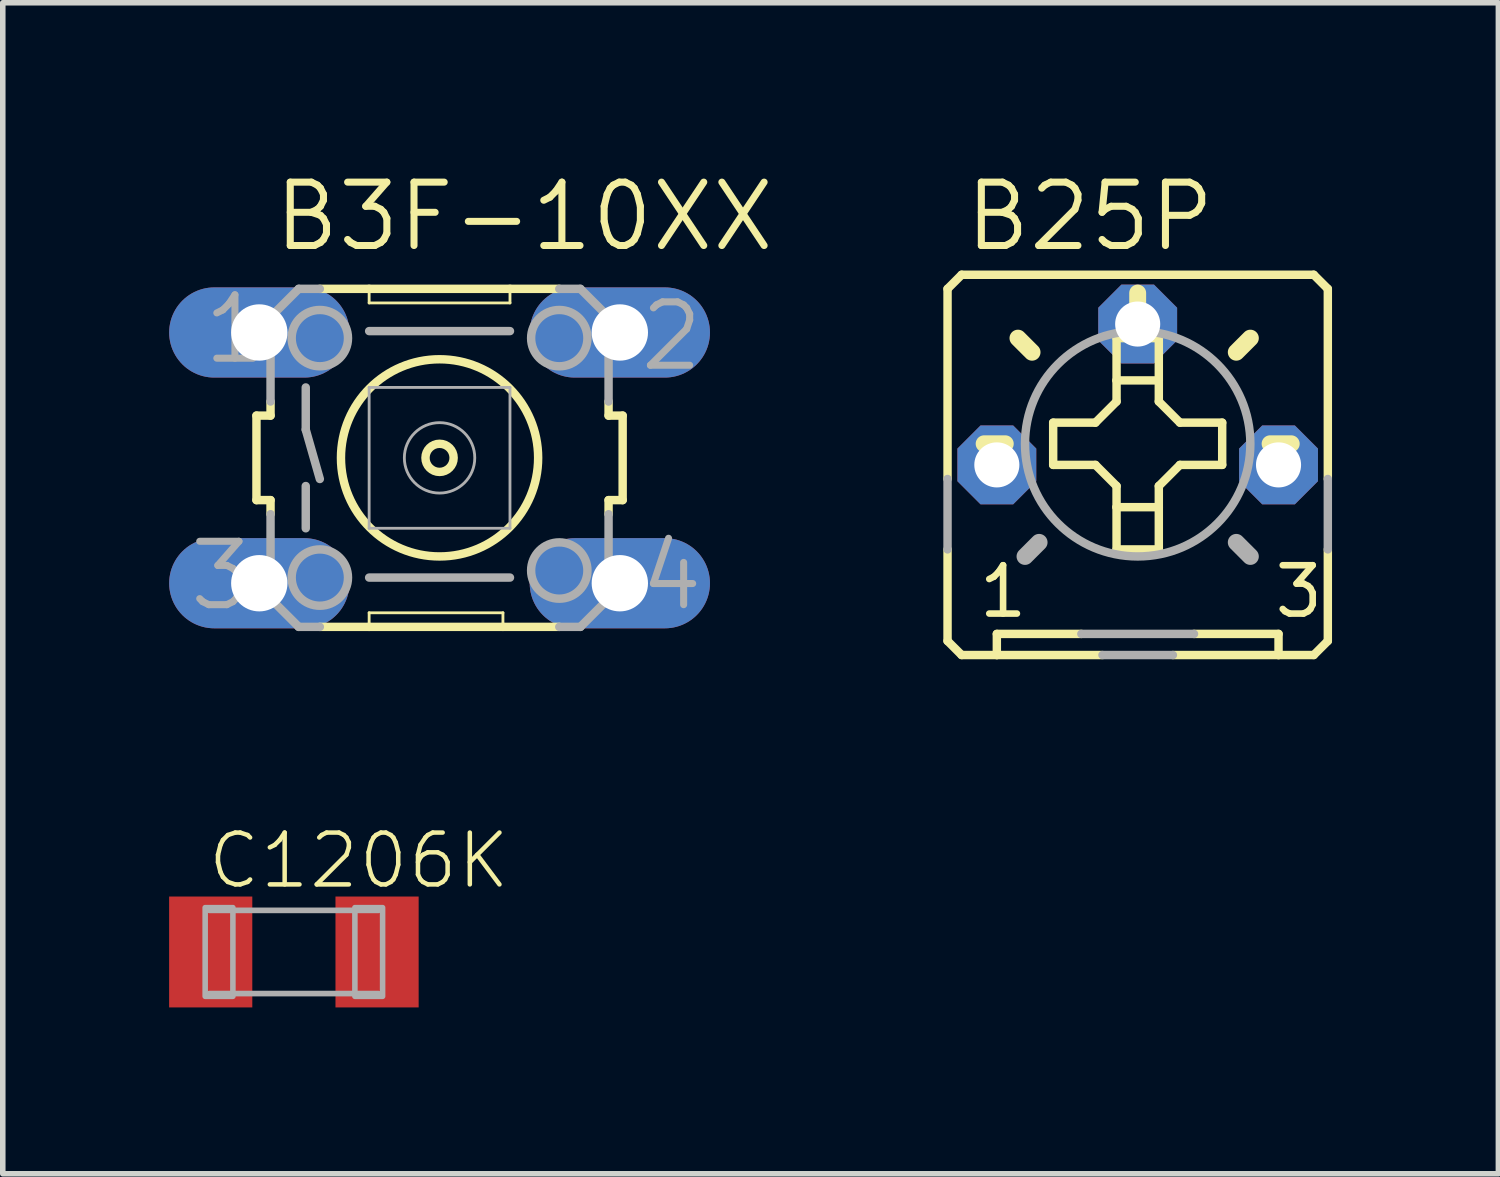
<source format=kicad_pcb>
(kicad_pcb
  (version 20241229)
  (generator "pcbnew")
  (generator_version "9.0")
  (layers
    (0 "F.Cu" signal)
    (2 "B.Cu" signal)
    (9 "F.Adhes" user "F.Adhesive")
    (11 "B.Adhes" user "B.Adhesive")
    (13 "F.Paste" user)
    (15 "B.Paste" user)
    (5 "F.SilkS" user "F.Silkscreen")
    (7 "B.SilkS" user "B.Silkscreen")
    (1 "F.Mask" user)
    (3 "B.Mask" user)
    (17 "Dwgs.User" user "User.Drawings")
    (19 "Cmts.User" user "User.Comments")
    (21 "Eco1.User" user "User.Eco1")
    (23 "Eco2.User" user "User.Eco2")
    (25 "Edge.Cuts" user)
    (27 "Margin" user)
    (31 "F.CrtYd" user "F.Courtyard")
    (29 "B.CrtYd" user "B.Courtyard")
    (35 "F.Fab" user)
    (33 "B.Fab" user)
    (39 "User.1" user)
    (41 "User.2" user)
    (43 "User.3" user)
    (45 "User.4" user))
  (footprint "B3F-10XX"
    (layer "F.Cu")
    (at 4.877 5.207)
    (property "Reference" "B3F-10XX" (at -3.048 -3.683 0) (layer "F.SilkS") (effects (font (size 1.143 1.143) (thickness 0.127)) (justify left bottom)))
    (fp_line (start -3.302 -0.762) (end -3.302 0.762) (stroke (width 0.152) (type solid)) (layer "F.SilkS"))
    (fp_line (start -3.302 -0.762) (end -3.048 -0.762) (stroke (width 0.152) (type solid)) (layer "F.SilkS"))
    (fp_line (start -3.048 -0.762) (end -3.048 -1.016) (stroke (width 0.152) (type solid)) (layer "F.SilkS"))
    (fp_line (start -3.048 0.762) (end -3.302 0.762) (stroke (width 0.152) (type solid)) (layer "F.SilkS"))
    (fp_line (start -3.048 0.762) (end -3.048 1.016) (stroke (width 0.152) (type solid)) (layer "F.SilkS"))
    (fp_line (start -2.159 3.048) (end -1.27 3.048) (stroke (width 0.152) (type solid)) (layer "F.SilkS"))
    (fp_line (start -1.27 -3.048) (end -2.159 -3.048) (stroke (width 0.152) (type solid)) (layer "F.SilkS"))
    (fp_line (start -1.27 -3.048) (end -1.27 -2.794) (stroke (width 0.051) (type solid)) (layer "F.SilkS"))
    (fp_line (start -1.27 2.794) (end -1.27 3.048) (stroke (width 0.051) (type solid)) (layer "F.SilkS"))
    (fp_line (start -1.27 3.048) (end 1.143 3.048) (stroke (width 0.152) (type solid)) (layer "F.SilkS"))
    (fp_line (start 1.143 2.794) (end -1.27 2.794) (stroke (width 0.051) (type solid)) (layer "F.SilkS"))
    (fp_line (start 1.143 2.794) (end 1.143 3.048) (stroke (width 0.051) (type solid)) (layer "F.SilkS"))
    (fp_line (start 1.143 3.048) (end 2.159 3.048) (stroke (width 0.152) (type solid)) (layer "F.SilkS"))
    (fp_line (start 1.27 -3.048) (end -1.27 -3.048) (stroke (width 0.152) (type solid)) (layer "F.SilkS"))
    (fp_line (start 1.27 -2.794) (end -1.27 -2.794) (stroke (width 0.051) (type solid)) (layer "F.SilkS"))
    (fp_line (start 1.27 -2.794) (end 1.27 -3.048) (stroke (width 0.051) (type solid)) (layer "F.SilkS"))
    (fp_line (start 2.159 -3.048) (end 1.27 -3.048) (stroke (width 0.152) (type solid)) (layer "F.SilkS"))
    (fp_line (start 3.048 -0.762) (end 3.048 -1.016) (stroke (width 0.152) (type solid)) (layer "F.SilkS"))
    (fp_line (start 3.048 -0.762) (end 3.302 -0.762) (stroke (width 0.152) (type solid)) (layer "F.SilkS"))
    (fp_line (start 3.048 0.762) (end 3.048 1.016) (stroke (width 0.152) (type solid)) (layer "F.SilkS"))
    (fp_line (start 3.302 0.762) (end 3.048 0.762) (stroke (width 0.152) (type solid)) (layer "F.SilkS"))
    (fp_line (start 3.302 0.762) (end 3.302 -0.762) (stroke (width 0.152) (type solid)) (layer "F.SilkS"))
    (fp_circle (center 0 0) (end 0.254 0) (stroke (width 0.152) (type solid)) (fill no) (layer "F.SilkS"))
    (fp_circle (center 0 0) (end 1.778 0) (stroke (width 0.152) (type solid)) (fill no) (layer "F.SilkS"))
    (fp_line (start -3.048 -2.54) (end -3.048 -1.016) (stroke (width 0.152) (type solid)) (layer "F.Fab"))
    (fp_line (start -3.048 2.54) (end -3.048 1.016) (stroke (width 0.152) (type solid)) (layer "F.Fab"))
    (fp_line (start -2.54 -3.048) (end -3.048 -2.54) (stroke (width 0.152) (type solid)) (layer "F.Fab"))
    (fp_line (start -2.54 -3.048) (end -2.159 -3.048) (stroke (width 0.152) (type solid)) (layer "F.Fab"))
    (fp_line (start -2.54 3.048) (end -3.048 2.54) (stroke (width 0.152) (type solid)) (layer "F.Fab"))
    (fp_line (start -2.54 3.048) (end -2.159 3.048) (stroke (width 0.152) (type solid)) (layer "F.Fab"))
    (fp_line (start -2.413 -1.27) (end -2.413 -0.508) (stroke (width 0.152) (type solid)) (layer "F.Fab"))
    (fp_line (start -2.413 -0.508) (end -2.159 0.381) (stroke (width 0.152) (type solid)) (layer "F.Fab"))
    (fp_line (start -2.413 0.508) (end -2.413 1.27) (stroke (width 0.152) (type solid)) (layer "F.Fab"))
    (fp_line (start -1.27 -1.27) (end -1.27 1.27) (stroke (width 0.051) (type solid)) (layer "F.Fab"))
    (fp_line (start -1.27 -1.27) (end 1.27 -1.27) (stroke (width 0.051) (type solid)) (layer "F.Fab"))
    (fp_line (start -1.27 2.159) (end 1.27 2.159) (stroke (width 0.152) (type solid)) (layer "F.Fab"))
    (fp_line (start 1.27 -2.286) (end -1.27 -2.286) (stroke (width 0.152) (type solid)) (layer "F.Fab"))
    (fp_line (start 1.27 1.27) (end -1.27 1.27) (stroke (width 0.051) (type solid)) (layer "F.Fab"))
    (fp_line (start 1.27 1.27) (end 1.27 -1.27) (stroke (width 0.051) (type solid)) (layer "F.Fab"))
    (fp_line (start 2.54 -3.048) (end 2.159 -3.048) (stroke (width 0.152) (type solid)) (layer "F.Fab"))
    (fp_line (start 2.54 3.048) (end 2.159 3.048) (stroke (width 0.152) (type solid)) (layer "F.Fab"))
    (fp_line (start 2.54 3.048) (end 3.048 2.54) (stroke (width 0.152) (type solid)) (layer "F.Fab"))
    (fp_line (start 3.048 -2.54) (end 2.54 -3.048) (stroke (width 0.152) (type solid)) (layer "F.Fab"))
    (fp_line (start 3.048 -1.016) (end 3.048 -2.54) (stroke (width 0.152) (type solid)) (layer "F.Fab"))
    (fp_line (start 3.048 2.54) (end 3.048 1.016) (stroke (width 0.152) (type solid)) (layer "F.Fab"))
    (fp_circle (center -2.159 -2.159) (end -1.651 -2.159) (stroke (width 0.152) (type solid)) (fill no) (layer "F.Fab"))
    (fp_circle (center -2.159 2.159) (end -1.651 2.159) (stroke (width 0.152) (type solid)) (fill no) (layer "F.Fab"))
    (fp_circle (center 0 0) (end 0.635 0) (stroke (width 0.051) (type solid)) (fill no) (layer "F.Fab"))
    (fp_circle (center 2.159 -2.159) (end 2.667 -2.159) (stroke (width 0.152) (type solid)) (fill no) (layer "F.Fab"))
    (fp_circle (center 2.159 2.032) (end 2.667 2.032) (stroke (width 0.152) (type solid)) (fill no) (layer "F.Fab"))
    (fp_text user "1" (at -4.318 -1.651 0) (layer "F.Fab") (effects (font (size 1.143 1.143) (thickness 0.127)) (justify left bottom)))
    (fp_text user "2" (at 3.556 -1.524 0) (layer "F.Fab") (effects (font (size 1.143 1.143) (thickness 0.127)) (justify left bottom)))
    (fp_text user "4" (at 3.556 2.794 0) (layer "F.Fab") (effects (font (size 1.143 1.143) (thickness 0.127)) (justify left bottom)))
    (fp_text user "3" (at -4.572 2.794 0) (layer "F.Fab") (effects (font (size 1.143 1.143) (thickness 0.127)) (justify left bottom)))
    (pad "1" thru_hole oval (at -3.251 -2.261) (size 3.251 1.626) (drill 1.016) (layers "*.Cu" "*.Mask"))
    (pad "2" thru_hole oval (at 3.251 -2.261) (size 3.251 1.626) (drill 1.016) (layers "*.Cu" "*.Mask"))
    (pad "3" thru_hole oval (at -3.251 2.261) (size 3.251 1.626) (drill 1.016) (layers "*.Cu" "*.Mask"))
    (pad "4" thru_hole oval (at 3.251 2.261) (size 3.251 1.626) (drill 1.016) (layers "*.Cu" "*.Mask")))
  (footprint "C1206K"
    (layer "F.Cu")
    (at 2.25 14.118)
    (property "Reference" "C1206K" (at -1.6 -1.1 0) (layer "F.SilkS") (effects (font (size 0.935 0.935) (thickness 0.081)) (justify left bottom)))
    (fp_line (start -1.525 -0.75) (end 1.525 -0.75) (stroke (width 0.102) (type solid)) (layer "F.Fab"))
    (fp_line (start 1.525 0.75) (end -1.525 0.75) (stroke (width 0.102) (type solid)) (layer "F.Fab"))
    (fp_poly (pts (xy -1.6 0.8) (xy -1.1 0.8) (xy -1.1 -0.8) (xy -1.6 -0.8)) (stroke (width 0.1) (type default)) (fill no) (layer "F.Fab"))
    (fp_poly (pts (xy 1.1 0.8) (xy 1.6 0.8) (xy 1.6 -0.8) (xy 1.1 -0.8)) (stroke (width 0.1) (type default)) (fill no) (layer "F.Fab"))
    (pad "1" smd rect (at -1.5 0) (size 1.5 2) (layers "F.Cu" "F.Mask" "F.Paste"))
    (pad "2" smd rect (at 1.5 0) (size 1.5 2) (layers "F.Cu" "F.Mask" "F.Paste")))
  (footprint "B25P"
    (layer "F.Cu")
    (at 17.467 5.334)
    (property "Reference" "B25P" (at -3.175 -3.81 0) (layer "F.SilkS") (effects (font (size 1.143 1.143) (thickness 0.127)) (justify left bottom)))
    (fp_line (start -3.429 -3.175) (end -3.429 0.254) (stroke (width 0.152) (type solid)) (layer "F.SilkS"))
    (fp_line (start -3.429 1.524) (end -3.429 3.175) (stroke (width 0.152) (type solid)) (layer "F.SilkS"))
    (fp_line (start -3.175 -3.429) (end -3.429 -3.175) (stroke (width 0.152) (type solid)) (layer "F.SilkS"))
    (fp_line (start -3.175 3.429) (end -3.429 3.175) (stroke (width 0.152) (type solid)) (layer "F.SilkS"))
    (fp_line (start -3.175 3.429) (end -2.54 3.429) (stroke (width 0.152) (type solid)) (layer "F.SilkS"))
    (fp_line (start -2.54 3.048) (end -2.54 3.429) (stroke (width 0.152) (type solid)) (layer "F.SilkS"))
    (fp_line (start -2.54 3.048) (end -1.016 3.048) (stroke (width 0.152) (type solid)) (layer "F.SilkS"))
    (fp_line (start -2.54 3.429) (end -0.635 3.429) (stroke (width 0.152) (type solid)) (layer "F.SilkS"))
    (fp_line (start -2.388 -0.381) (end -2.769 -0.381) (stroke (width 0.305) (type solid)) (layer "F.SilkS"))
    (fp_line (start -1.905 -2.032) (end -2.159 -2.286) (stroke (width 0.305) (type solid)) (layer "F.SilkS"))
    (fp_line (start -1.524 -0.762) (end -1.524 0) (stroke (width 0.152) (type solid)) (layer "F.SilkS"))
    (fp_line (start -1.524 0) (end -0.762 0) (stroke (width 0.152) (type solid)) (layer "F.SilkS"))
    (fp_line (start -0.762 -0.762) (end -1.524 -0.762) (stroke (width 0.152) (type solid)) (layer "F.SilkS"))
    (fp_line (start -0.381 -2.286) (end -0.381 -1.524) (stroke (width 0.152) (type solid)) (layer "F.SilkS"))
    (fp_line (start -0.381 -1.524) (end -0.381 -1.143) (stroke (width 0.152) (type solid)) (layer "F.SilkS"))
    (fp_line (start -0.381 -1.143) (end -0.762 -0.762) (stroke (width 0.152) (type solid)) (layer "F.SilkS"))
    (fp_line (start -0.381 0.381) (end -0.762 0) (stroke (width 0.152) (type solid)) (layer "F.SilkS"))
    (fp_line (start -0.381 0.381) (end -0.381 0.762) (stroke (width 0.152) (type solid)) (layer "F.SilkS"))
    (fp_line (start -0.381 0.762) (end -0.381 1.524) (stroke (width 0.152) (type solid)) (layer "F.SilkS"))
    (fp_line (start -0.381 1.524) (end 0.381 1.524) (stroke (width 0.152) (type solid)) (layer "F.SilkS"))
    (fp_line (start 0 -2.718) (end 0 -3.099) (stroke (width 0.305) (type solid)) (layer "F.SilkS"))
    (fp_line (start 0.381 -2.286) (end -0.381 -2.286) (stroke (width 0.152) (type solid)) (layer "F.SilkS"))
    (fp_line (start 0.381 -1.524) (end -0.381 -1.524) (stroke (width 0.152) (type solid)) (layer "F.SilkS"))
    (fp_line (start 0.381 -1.524) (end 0.381 -2.286) (stroke (width 0.152) (type solid)) (layer "F.SilkS"))
    (fp_line (start 0.381 -1.143) (end 0.381 -1.524) (stroke (width 0.152) (type solid)) (layer "F.SilkS"))
    (fp_line (start 0.381 0.381) (end 0.762 0) (stroke (width 0.152) (type solid)) (layer "F.SilkS"))
    (fp_line (start 0.381 0.762) (end -0.381 0.762) (stroke (width 0.152) (type solid)) (layer "F.SilkS"))
    (fp_line (start 0.381 0.762) (end 0.381 0.381) (stroke (width 0.152) (type solid)) (layer "F.SilkS"))
    (fp_line (start 0.381 1.524) (end 0.381 0.762) (stroke (width 0.152) (type solid)) (layer "F.SilkS"))
    (fp_line (start 0.635 3.429) (end 2.54 3.429) (stroke (width 0.152) (type solid)) (layer "F.SilkS"))
    (fp_line (start 0.762 -0.762) (end 0.381 -1.143) (stroke (width 0.152) (type solid)) (layer "F.SilkS"))
    (fp_line (start 0.762 0) (end 1.524 0) (stroke (width 0.152) (type solid)) (layer "F.SilkS"))
    (fp_line (start 1.016 3.048) (end 2.54 3.048) (stroke (width 0.152) (type solid)) (layer "F.SilkS"))
    (fp_line (start 1.524 -0.762) (end 0.762 -0.762) (stroke (width 0.152) (type solid)) (layer "F.SilkS"))
    (fp_line (start 1.524 0) (end 1.524 -0.762) (stroke (width 0.152) (type solid)) (layer "F.SilkS"))
    (fp_line (start 1.778 -2.032) (end 2.032 -2.286) (stroke (width 0.305) (type solid)) (layer "F.SilkS"))
    (fp_line (start 2.388 -0.381) (end 2.769 -0.381) (stroke (width 0.305) (type solid)) (layer "F.SilkS"))
    (fp_line (start 2.54 3.429) (end 2.54 3.048) (stroke (width 0.152) (type solid)) (layer "F.SilkS"))
    (fp_line (start 2.54 3.429) (end 3.175 3.429) (stroke (width 0.152) (type solid)) (layer "F.SilkS"))
    (fp_line (start 3.175 -3.429) (end -3.175 -3.429) (stroke (width 0.152) (type solid)) (layer "F.SilkS"))
    (fp_line (start 3.175 -3.429) (end 3.429 -3.175) (stroke (width 0.152) (type solid)) (layer "F.SilkS"))
    (fp_line (start 3.175 3.429) (end 3.429 3.175) (stroke (width 0.152) (type solid)) (layer "F.SilkS"))
    (fp_line (start 3.429 0.254) (end 3.429 -3.175) (stroke (width 0.152) (type solid)) (layer "F.SilkS"))
    (fp_line (start 3.429 3.175) (end 3.429 1.524) (stroke (width 0.152) (type solid)) (layer "F.SilkS"))
    (fp_line (start -3.429 0.254) (end -3.429 1.524) (stroke (width 0.152) (type solid)) (layer "F.Fab"))
    (fp_line (start -1.778 1.397) (end -2.032 1.651) (stroke (width 0.305) (type solid)) (layer "F.Fab"))
    (fp_line (start -1.016 3.048) (end 1.016 3.048) (stroke (width 0.152) (type solid)) (layer "F.Fab"))
    (fp_line (start -0.635 3.429) (end 0.635 3.429) (stroke (width 0.152) (type solid)) (layer "F.Fab"))
    (fp_line (start 1.778 1.397) (end 2.032 1.651) (stroke (width 0.305) (type solid)) (layer "F.Fab"))
    (fp_line (start 3.429 1.524) (end 3.429 0.254) (stroke (width 0.152) (type solid)) (layer "F.Fab"))
    (fp_circle (center 0 -0.381) (end 2.032 -0.381) (stroke (width 0.152) (type solid)) (fill no) (layer "F.Fab"))
    (fp_text user "1" (at -2.921 2.794 0) (layer "F.SilkS") (effects (font (size 0.872 0.872) (thickness 0.119)) (justify left bottom)))
    (fp_text user "3" (at 2.413 2.794 0) (layer "F.SilkS") (effects (font (size 0.872 0.872) (thickness 0.119)) (justify left bottom)))
    (pad "A" thru_hole roundrect (at -2.54 0) (size 1.422 1.422) (drill 0.813) (layers "*.Cu" "*.Mask") (roundrect_rratio 0.25) (chamfer_ratio 0.293) (chamfer top_left top_right bottom_left bottom_right))
    (pad "E" thru_hole roundrect (at 2.54 0) (size 1.422 1.422) (drill 0.813) (layers "*.Cu" "*.Mask") (roundrect_rratio 0.25) (chamfer_ratio 0.293) (chamfer top_left top_right bottom_left bottom_right))
    (pad "S" thru_hole roundrect (at 0 -2.54) (size 1.422 1.422) (drill 0.813) (layers "*.Cu" "*.Mask") (roundrect_rratio 0.25) (chamfer_ratio 0.293) (chamfer top_left top_right bottom_left bottom_right)))
  (gr_rect
    (start -3 -3)
    (end 23.972 18.118)
    (stroke (width 0.1) (type default))
    (fill no)
    (layer "Edge.Cuts")))
</source>
